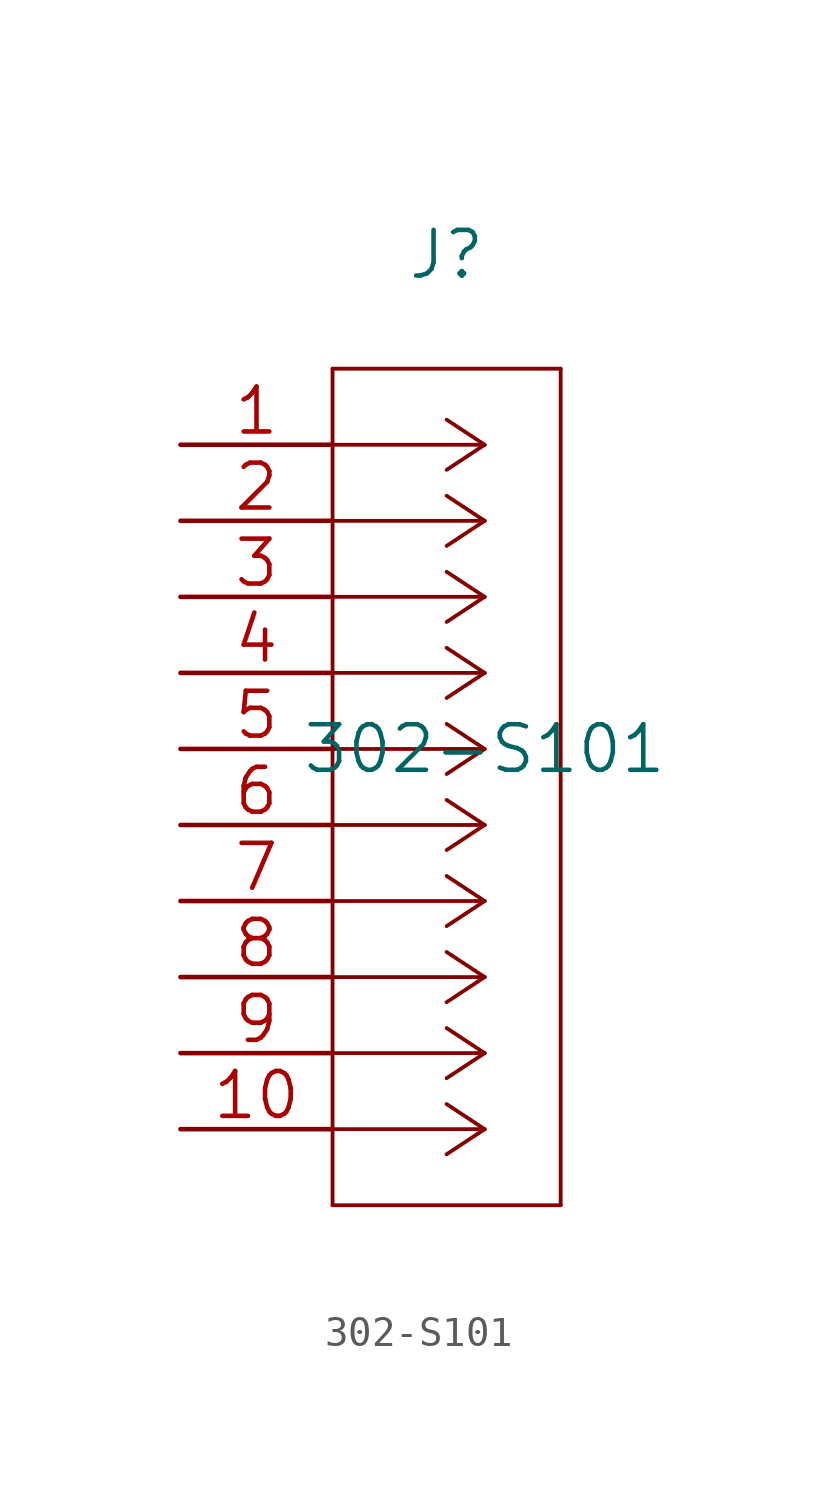
<source format=kicad_sym>
(kicad_symbol_lib
  (version 20211014)
  (generator kicad_symbol_editor)
  (symbol "302-S101"
    (pin_names
      (offset 0.254) hide)
    (property "Reference" "J"
      (at 8.89 6.35 0)
      (effects (font (size 1.524 1.524))))
    (property "Value" "302-S101"
      (at 10.16 -10.16 0)
      (effects (font (size 1.524 1.524))))
    (property "Datasheet" ""
      (at 0 0 0)
      (effects (font (size 1.524 1.524))))
    (property "ki_locked" ""
      (at 0 0 0)
      (effects (font (size 1.27 1.27))))
    (symbol "302-S101_1_1"
      (polyline (pts (xy 5.08 -25.4) (xy 12.7 -25.4)) (stroke (width 0.127) (type default) (color 0 0 0 0)) (fill (type none)))
      (polyline (pts (xy 5.08 2.54) (xy 5.08 -25.4)) (stroke (width 0.127) (type default) (color 0 0 0 0)) (fill (type none)))
      (polyline (pts (xy 10.16 -22.86) (xy 5.08 -22.86)) (stroke (width 0.127) (type default) (color 0 0 0 0)) (fill (type none)))
      (polyline (pts (xy 10.16 -22.86) (xy 8.89 -23.698)) (stroke (width 0.127) (type default) (color 0 0 0 0)) (fill (type none)))
      (polyline (pts (xy 10.16 -22.86) (xy 8.89 -22.022)) (stroke (width 0.127) (type default) (color 0 0 0 0)) (fill (type none)))
      (polyline (pts (xy 10.16 -20.32) (xy 5.08 -20.32)) (stroke (width 0.127) (type default) (color 0 0 0 0)) (fill (type none)))
      (polyline (pts (xy 10.16 -20.32) (xy 8.89 -21.158)) (stroke (width 0.127) (type default) (color 0 0 0 0)) (fill (type none)))
      (polyline (pts (xy 10.16 -20.32) (xy 8.89 -19.482)) (stroke (width 0.127) (type default) (color 0 0 0 0)) (fill (type none)))
      (polyline (pts (xy 10.16 -17.78) (xy 5.08 -17.78)) (stroke (width 0.127) (type default) (color 0 0 0 0)) (fill (type none)))
      (polyline (pts (xy 10.16 -17.78) (xy 8.89 -18.618)) (stroke (width 0.127) (type default) (color 0 0 0 0)) (fill (type none)))
      (polyline (pts (xy 10.16 -17.78) (xy 8.89 -16.942)) (stroke (width 0.127) (type default) (color 0 0 0 0)) (fill (type none)))
      (polyline (pts (xy 10.16 -15.24) (xy 5.08 -15.24)) (stroke (width 0.127) (type default) (color 0 0 0 0)) (fill (type none)))
      (polyline (pts (xy 10.16 -15.24) (xy 8.89 -16.078)) (stroke (width 0.127) (type default) (color 0 0 0 0)) (fill (type none)))
      (polyline (pts (xy 10.16 -15.24) (xy 8.89 -14.402)) (stroke (width 0.127) (type default) (color 0 0 0 0)) (fill (type none)))
      (polyline (pts (xy 10.16 -12.7) (xy 5.08 -12.7)) (stroke (width 0.127) (type default) (color 0 0 0 0)) (fill (type none)))
      (polyline (pts (xy 10.16 -12.7) (xy 8.89 -13.538)) (stroke (width 0.127) (type default) (color 0 0 0 0)) (fill (type none)))
      (polyline (pts (xy 10.16 -12.7) (xy 8.89 -11.862)) (stroke (width 0.127) (type default) (color 0 0 0 0)) (fill (type none)))
      (polyline (pts (xy 10.16 -10.16) (xy 5.08 -10.16)) (stroke (width 0.127) (type default) (color 0 0 0 0)) (fill (type none)))
      (polyline (pts (xy 10.16 -10.16) (xy 8.89 -10.998)) (stroke (width 0.127) (type default) (color 0 0 0 0)) (fill (type none)))
      (polyline (pts (xy 10.16 -10.16) (xy 8.89 -9.322)) (stroke (width 0.127) (type default) (color 0 0 0 0)) (fill (type none)))
      (polyline (pts (xy 10.16 -7.62) (xy 5.08 -7.62)) (stroke (width 0.127) (type default) (color 0 0 0 0)) (fill (type none)))
      (polyline (pts (xy 10.16 -7.62) (xy 8.89 -8.458)) (stroke (width 0.127) (type default) (color 0 0 0 0)) (fill (type none)))
      (polyline (pts (xy 10.16 -7.62) (xy 8.89 -6.782)) (stroke (width 0.127) (type default) (color 0 0 0 0)) (fill (type none)))
      (polyline (pts (xy 10.16 -5.08) (xy 5.08 -5.08)) (stroke (width 0.127) (type default) (color 0 0 0 0)) (fill (type none)))
      (polyline (pts (xy 10.16 -5.08) (xy 8.89 -5.918)) (stroke (width 0.127) (type default) (color 0 0 0 0)) (fill (type none)))
      (polyline (pts (xy 10.16 -5.08) (xy 8.89 -4.242)) (stroke (width 0.127) (type default) (color 0 0 0 0)) (fill (type none)))
      (polyline (pts (xy 10.16 -2.54) (xy 5.08 -2.54)) (stroke (width 0.127) (type default) (color 0 0 0 0)) (fill (type none)))
      (polyline (pts (xy 10.16 -2.54) (xy 8.89 -3.378)) (stroke (width 0.127) (type default) (color 0 0 0 0)) (fill (type none)))
      (polyline (pts (xy 10.16 -2.54) (xy 8.89 -1.702)) (stroke (width 0.127) (type default) (color 0 0 0 0)) (fill (type none)))
      (polyline (pts (xy 10.16 0) (xy 5.08 0)) (stroke (width 0.127) (type default) (color 0 0 0 0)) (fill (type none)))
      (polyline (pts (xy 10.16 0) (xy 8.89 -0.838)) (stroke (width 0.127) (type default) (color 0 0 0 0)) (fill (type none)))
      (polyline (pts (xy 10.16 0) (xy 8.89 0.838)) (stroke (width 0.127) (type default) (color 0 0 0 0)) (fill (type none)))
      (polyline (pts (xy 12.7 -25.4) (xy 12.7 2.54)) (stroke (width 0.127) (type default) (color 0 0 0 0)) (fill (type none)))
      (polyline (pts (xy 12.7 2.54) (xy 5.08 2.54)) (stroke (width 0.127) (type default) (color 0 0 0 0)) (fill (type none)))
      (pin unspecified line (at 0 0 0) (length 5.08) (name "1" (effects (font (size 1.499 1.499)))) (number "1" (effects (font (size 1.499 1.499)))))
      (pin unspecified line (at 0 -22.86 0) (length 5.08) (name "10" (effects (font (size 1.499 1.499)))) (number "10" (effects (font (size 1.499 1.499)))))
      (pin unspecified line (at 0 -2.54 0) (length 5.08) (name "2" (effects (font (size 1.499 1.499)))) (number "2" (effects (font (size 1.499 1.499)))))
      (pin unspecified line (at 0 -5.08 0) (length 5.08) (name "3" (effects (font (size 1.499 1.499)))) (number "3" (effects (font (size 1.499 1.499)))))
      (pin unspecified line (at 0 -7.62 0) (length 5.08) (name "4" (effects (font (size 1.499 1.499)))) (number "4" (effects (font (size 1.499 1.499)))))
      (pin unspecified line (at 0 -10.16 0) (length 5.08) (name "5" (effects (font (size 1.499 1.499)))) (number "5" (effects (font (size 1.499 1.499)))))
      (pin unspecified line (at 0 -12.7 0) (length 5.08) (name "6" (effects (font (size 1.499 1.499)))) (number "6" (effects (font (size 1.499 1.499)))))
      (pin unspecified line (at 0 -15.24 0) (length 5.08) (name "7" (effects (font (size 1.499 1.499)))) (number "7" (effects (font (size 1.499 1.499)))))
      (pin unspecified line (at 0 -17.78 0) (length 5.08) (name "8" (effects (font (size 1.499 1.499)))) (number "8" (effects (font (size 1.499 1.499)))))
      (pin unspecified line (at 0 -20.32 0) (length 5.08) (name "9" (effects (font (size 1.499 1.499)))) (number "9" (effects (font (size 1.499 1.499))))))))
</source>
